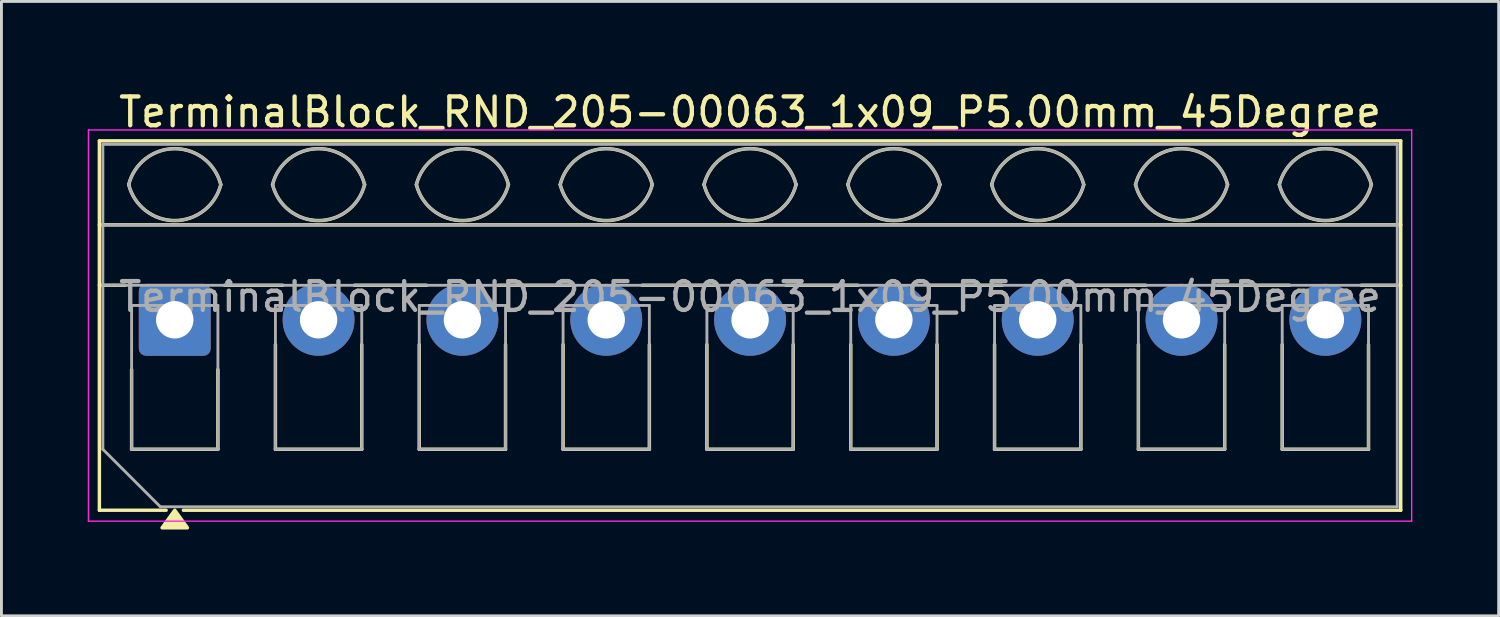
<source format=kicad_pcb>
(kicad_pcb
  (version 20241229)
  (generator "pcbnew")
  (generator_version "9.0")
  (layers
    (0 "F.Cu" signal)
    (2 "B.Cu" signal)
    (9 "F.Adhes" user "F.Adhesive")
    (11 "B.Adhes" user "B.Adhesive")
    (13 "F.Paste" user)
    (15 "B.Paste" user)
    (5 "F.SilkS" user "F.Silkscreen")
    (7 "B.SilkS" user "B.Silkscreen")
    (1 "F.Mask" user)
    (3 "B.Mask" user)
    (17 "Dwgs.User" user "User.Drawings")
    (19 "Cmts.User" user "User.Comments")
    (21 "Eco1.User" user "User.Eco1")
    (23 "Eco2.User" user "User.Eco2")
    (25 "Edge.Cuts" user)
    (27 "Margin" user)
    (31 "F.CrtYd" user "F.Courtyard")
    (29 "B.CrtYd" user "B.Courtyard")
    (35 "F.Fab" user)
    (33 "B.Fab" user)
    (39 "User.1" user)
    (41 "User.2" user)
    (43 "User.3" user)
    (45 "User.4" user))
  (footprint "TerminalBlock_RND_205-00063_1x09_P5.00mm_45Degree"
    (layer "F.Cu")
    (at 3.025 8.068)
    (property "Reference" "TerminalBlock_RND_205-00063_1x09_P5.00mm_45Degree" (at 20 -7.22 0) (layer "F.SilkS") (effects (font (size 1 1) (thickness 0.15))))
    (attr through_hole)
    (fp_line (start -2.62 -6.22) (end -2.62 6.62) (stroke (width 0.12) (type solid)) (layer "F.SilkS"))
    (fp_line (start -2.62 -6.22) (end 42.62 -6.22) (stroke (width 0.12) (type solid)) (layer "F.SilkS"))
    (fp_line (start -2.62 -3.3) (end 42.62 -3.3) (stroke (width 0.12) (type solid)) (layer "F.SilkS"))
    (fp_line (start -2.62 -1.2) (end -1.73 -1.2) (stroke (width 0.12) (type solid)) (layer "F.SilkS"))
    (fp_line (start -2.62 6.62) (end -0.3 6.62) (stroke (width 0.12) (type solid)) (layer "F.SilkS"))
    (fp_line (start -1.5 1.73) (end -1.5 4.5) (stroke (width 0.12) (type solid)) (layer "F.SilkS"))
    (fp_line (start -1.5 4.5) (end 1.5 4.5) (stroke (width 0.12) (type solid)) (layer "F.SilkS"))
    (fp_line (start 0.3 6.62) (end 42.62 6.62) (stroke (width 0.12) (type solid)) (layer "F.SilkS"))
    (fp_line (start 1.5 1.73) (end 1.5 4.5) (stroke (width 0.12) (type solid)) (layer "F.SilkS"))
    (fp_line (start 1.73 -1.2) (end 3.754 -1.2) (stroke (width 0.12) (type solid)) (layer "F.SilkS"))
    (fp_line (start 3.5 0.862) (end 3.5 4.5) (stroke (width 0.12) (type solid)) (layer "F.SilkS"))
    (fp_line (start 3.5 4.5) (end 6.5 4.5) (stroke (width 0.12) (type solid)) (layer "F.SilkS"))
    (fp_line (start 6.246 -1.2) (end 8.754 -1.2) (stroke (width 0.12) (type solid)) (layer "F.SilkS"))
    (fp_line (start 6.5 0.862) (end 6.5 4.5) (stroke (width 0.12) (type solid)) (layer "F.SilkS"))
    (fp_line (start 8.5 0.862) (end 8.5 4.5) (stroke (width 0.12) (type solid)) (layer "F.SilkS"))
    (fp_line (start 8.5 4.5) (end 11.5 4.5) (stroke (width 0.12) (type solid)) (layer "F.SilkS"))
    (fp_line (start 11.246 -1.2) (end 13.754 -1.2) (stroke (width 0.12) (type solid)) (layer "F.SilkS"))
    (fp_line (start 11.5 0.862) (end 11.5 4.5) (stroke (width 0.12) (type solid)) (layer "F.SilkS"))
    (fp_line (start 13.5 0.862) (end 13.5 4.5) (stroke (width 0.12) (type solid)) (layer "F.SilkS"))
    (fp_line (start 13.5 4.5) (end 16.5 4.5) (stroke (width 0.12) (type solid)) (layer "F.SilkS"))
    (fp_line (start 16.246 -1.2) (end 18.754 -1.2) (stroke (width 0.12) (type solid)) (layer "F.SilkS"))
    (fp_line (start 16.5 0.862) (end 16.5 4.5) (stroke (width 0.12) (type solid)) (layer "F.SilkS"))
    (fp_line (start 18.5 0.862) (end 18.5 4.5) (stroke (width 0.12) (type solid)) (layer "F.SilkS"))
    (fp_line (start 18.5 4.5) (end 21.5 4.5) (stroke (width 0.12) (type solid)) (layer "F.SilkS"))
    (fp_line (start 21.246 -1.2) (end 23.754 -1.2) (stroke (width 0.12) (type solid)) (layer "F.SilkS"))
    (fp_line (start 21.5 0.862) (end 21.5 4.5) (stroke (width 0.12) (type solid)) (layer "F.SilkS"))
    (fp_line (start 23.5 0.862) (end 23.5 4.5) (stroke (width 0.12) (type solid)) (layer "F.SilkS"))
    (fp_line (start 23.5 4.5) (end 26.5 4.5) (stroke (width 0.12) (type solid)) (layer "F.SilkS"))
    (fp_line (start 26.246 -1.2) (end 28.754 -1.2) (stroke (width 0.12) (type solid)) (layer "F.SilkS"))
    (fp_line (start 26.5 0.862) (end 26.5 4.5) (stroke (width 0.12) (type solid)) (layer "F.SilkS"))
    (fp_line (start 28.5 0.862) (end 28.5 4.5) (stroke (width 0.12) (type solid)) (layer "F.SilkS"))
    (fp_line (start 28.5 4.5) (end 31.5 4.5) (stroke (width 0.12) (type solid)) (layer "F.SilkS"))
    (fp_line (start 31.246 -1.2) (end 33.754 -1.2) (stroke (width 0.12) (type solid)) (layer "F.SilkS"))
    (fp_line (start 31.5 0.862) (end 31.5 4.5) (stroke (width 0.12) (type solid)) (layer "F.SilkS"))
    (fp_line (start 33.5 0.862) (end 33.5 4.5) (stroke (width 0.12) (type solid)) (layer "F.SilkS"))
    (fp_line (start 33.5 4.5) (end 36.5 4.5) (stroke (width 0.12) (type solid)) (layer "F.SilkS"))
    (fp_line (start 36.246 -1.2) (end 38.754 -1.2) (stroke (width 0.12) (type solid)) (layer "F.SilkS"))
    (fp_line (start 36.5 0.862) (end 36.5 4.5) (stroke (width 0.12) (type solid)) (layer "F.SilkS"))
    (fp_line (start 38.5 0.862) (end 38.5 4.5) (stroke (width 0.12) (type solid)) (layer "F.SilkS"))
    (fp_line (start 38.5 4.5) (end 41.5 4.5) (stroke (width 0.12) (type solid)) (layer "F.SilkS"))
    (fp_line (start 41.246 -1.2) (end 42.62 -1.2) (stroke (width 0.12) (type solid)) (layer "F.SilkS"))
    (fp_line (start 41.5 0.862) (end 41.5 4.5) (stroke (width 0.12) (type solid)) (layer "F.SilkS"))
    (fp_line (start 42.62 -6.22) (end 42.62 6.62) (stroke (width 0.12) (type solid)) (layer "F.SilkS"))
    (fp_arc (start -1.6 -4.7) (mid 0 -5.95) (end 1.6 -4.7) (stroke (width 0.12) (type solid)) (layer "F.SilkS"))
    (fp_arc (start 1.6 -4.7) (mid 0 -3.45) (end -1.6 -4.7) (stroke (width 0.12) (type solid)) (layer "F.SilkS"))
    (fp_arc (start 3.4 -4.7) (mid 5 -5.95) (end 6.6 -4.7) (stroke (width 0.12) (type solid)) (layer "F.SilkS"))
    (fp_arc (start 6.6 -4.7) (mid 5 -3.45) (end 3.4 -4.7) (stroke (width 0.12) (type solid)) (layer "F.SilkS"))
    (fp_arc (start 8.4 -4.7) (mid 10 -5.95) (end 11.6 -4.7) (stroke (width 0.12) (type solid)) (layer "F.SilkS"))
    (fp_arc (start 11.6 -4.7) (mid 10 -3.45) (end 8.4 -4.7) (stroke (width 0.12) (type solid)) (layer "F.SilkS"))
    (fp_arc (start 13.4 -4.7) (mid 15 -5.95) (end 16.6 -4.7) (stroke (width 0.12) (type solid)) (layer "F.SilkS"))
    (fp_arc (start 16.6 -4.7) (mid 15 -3.45) (end 13.4 -4.7) (stroke (width 0.12) (type solid)) (layer "F.SilkS"))
    (fp_arc (start 18.4 -4.7) (mid 20 -5.95) (end 21.6 -4.7) (stroke (width 0.12) (type solid)) (layer "F.SilkS"))
    (fp_arc (start 21.6 -4.7) (mid 20 -3.45) (end 18.4 -4.7) (stroke (width 0.12) (type solid)) (layer "F.SilkS"))
    (fp_arc (start 23.4 -4.7) (mid 25 -5.95) (end 26.6 -4.7) (stroke (width 0.12) (type solid)) (layer "F.SilkS"))
    (fp_arc (start 26.6 -4.7) (mid 25 -3.45) (end 23.4 -4.7) (stroke (width 0.12) (type solid)) (layer "F.SilkS"))
    (fp_arc (start 28.4 -4.7) (mid 30 -5.95) (end 31.6 -4.7) (stroke (width 0.12) (type solid)) (layer "F.SilkS"))
    (fp_arc (start 31.6 -4.7) (mid 30 -3.45) (end 28.4 -4.7) (stroke (width 0.12) (type solid)) (layer "F.SilkS"))
    (fp_arc (start 33.4 -4.7) (mid 35 -5.95) (end 36.6 -4.7) (stroke (width 0.12) (type solid)) (layer "F.SilkS"))
    (fp_arc (start 36.6 -4.7) (mid 35 -3.45) (end 33.4 -4.7) (stroke (width 0.12) (type solid)) (layer "F.SilkS"))
    (fp_arc (start 38.4 -4.7) (mid 40 -5.95) (end 41.6 -4.7) (stroke (width 0.12) (type solid)) (layer "F.SilkS"))
    (fp_arc (start 41.6 -4.7) (mid 40 -3.45) (end 38.4 -4.7) (stroke (width 0.12) (type solid)) (layer "F.SilkS"))
    (fp_poly (pts (xy 0 6.62) (xy 0.44 7.23) (xy -0.44 7.23)) (stroke (width 0.12) (type solid)) (fill yes) (layer "F.SilkS"))
    (fp_line (start -3 -6.6) (end -3 7) (stroke (width 0.05) (type solid)) (layer "F.CrtYd"))
    (fp_line (start -3 7) (end 43 7) (stroke (width 0.05) (type solid)) (layer "F.CrtYd"))
    (fp_line (start 43 -6.6) (end -3 -6.6) (stroke (width 0.05) (type solid)) (layer "F.CrtYd"))
    (fp_line (start 43 7) (end 43 -6.6) (stroke (width 0.05) (type solid)) (layer "F.CrtYd"))
    (fp_line (start -2.5 -6.1) (end 42.5 -6.1) (stroke (width 0.1) (type solid)) (layer "F.Fab"))
    (fp_line (start -2.5 -3.3) (end 42.5 -3.3) (stroke (width 0.1) (type solid)) (layer "F.Fab"))
    (fp_line (start -2.5 -1.2) (end 42.5 -1.2) (stroke (width 0.1) (type solid)) (layer "F.Fab"))
    (fp_line (start -2.5 4.5) (end -2.5 -6.1) (stroke (width 0.1) (type solid)) (layer "F.Fab"))
    (fp_line (start -1.5 -0.5) (end -1.5 4.5) (stroke (width 0.1) (type solid)) (layer "F.Fab"))
    (fp_line (start -1.5 4.5) (end 1.5 4.5) (stroke (width 0.1) (type solid)) (layer "F.Fab"))
    (fp_line (start -0.5 6.5) (end -2.5 4.5) (stroke (width 0.1) (type solid)) (layer "F.Fab"))
    (fp_line (start 1.5 -0.5) (end -1.5 -0.5) (stroke (width 0.1) (type solid)) (layer "F.Fab"))
    (fp_line (start 1.5 4.5) (end 1.5 -0.5) (stroke (width 0.1) (type solid)) (layer "F.Fab"))
    (fp_line (start 3.5 -0.5) (end 3.5 4.5) (stroke (width 0.1) (type solid)) (layer "F.Fab"))
    (fp_line (start 3.5 4.5) (end 6.5 4.5) (stroke (width 0.1) (type solid)) (layer "F.Fab"))
    (fp_line (start 6.5 -0.5) (end 3.5 -0.5) (stroke (width 0.1) (type solid)) (layer "F.Fab"))
    (fp_line (start 6.5 4.5) (end 6.5 -0.5) (stroke (width 0.1) (type solid)) (layer "F.Fab"))
    (fp_line (start 8.5 -0.5) (end 8.5 4.5) (stroke (width 0.1) (type solid)) (layer "F.Fab"))
    (fp_line (start 8.5 4.5) (end 11.5 4.5) (stroke (width 0.1) (type solid)) (layer "F.Fab"))
    (fp_line (start 11.5 -0.5) (end 8.5 -0.5) (stroke (width 0.1) (type solid)) (layer "F.Fab"))
    (fp_line (start 11.5 4.5) (end 11.5 -0.5) (stroke (width 0.1) (type solid)) (layer "F.Fab"))
    (fp_line (start 13.5 -0.5) (end 13.5 4.5) (stroke (width 0.1) (type solid)) (layer "F.Fab"))
    (fp_line (start 13.5 4.5) (end 16.5 4.5) (stroke (width 0.1) (type solid)) (layer "F.Fab"))
    (fp_line (start 16.5 -0.5) (end 13.5 -0.5) (stroke (width 0.1) (type solid)) (layer "F.Fab"))
    (fp_line (start 16.5 4.5) (end 16.5 -0.5) (stroke (width 0.1) (type solid)) (layer "F.Fab"))
    (fp_line (start 18.5 -0.5) (end 18.5 4.5) (stroke (width 0.1) (type solid)) (layer "F.Fab"))
    (fp_line (start 18.5 4.5) (end 21.5 4.5) (stroke (width 0.1) (type solid)) (layer "F.Fab"))
    (fp_line (start 21.5 -0.5) (end 18.5 -0.5) (stroke (width 0.1) (type solid)) (layer "F.Fab"))
    (fp_line (start 21.5 4.5) (end 21.5 -0.5) (stroke (width 0.1) (type solid)) (layer "F.Fab"))
    (fp_line (start 23.5 -0.5) (end 23.5 4.5) (stroke (width 0.1) (type solid)) (layer "F.Fab"))
    (fp_line (start 23.5 4.5) (end 26.5 4.5) (stroke (width 0.1) (type solid)) (layer "F.Fab"))
    (fp_line (start 26.5 -0.5) (end 23.5 -0.5) (stroke (width 0.1) (type solid)) (layer "F.Fab"))
    (fp_line (start 26.5 4.5) (end 26.5 -0.5) (stroke (width 0.1) (type solid)) (layer "F.Fab"))
    (fp_line (start 28.5 -0.5) (end 28.5 4.5) (stroke (width 0.1) (type solid)) (layer "F.Fab"))
    (fp_line (start 28.5 4.5) (end 31.5 4.5) (stroke (width 0.1) (type solid)) (layer "F.Fab"))
    (fp_line (start 31.5 -0.5) (end 28.5 -0.5) (stroke (width 0.1) (type solid)) (layer "F.Fab"))
    (fp_line (start 31.5 4.5) (end 31.5 -0.5) (stroke (width 0.1) (type solid)) (layer "F.Fab"))
    (fp_line (start 33.5 -0.5) (end 33.5 4.5) (stroke (width 0.1) (type solid)) (layer "F.Fab"))
    (fp_line (start 33.5 4.5) (end 36.5 4.5) (stroke (width 0.1) (type solid)) (layer "F.Fab"))
    (fp_line (start 36.5 -0.5) (end 33.5 -0.5) (stroke (width 0.1) (type solid)) (layer "F.Fab"))
    (fp_line (start 36.5 4.5) (end 36.5 -0.5) (stroke (width 0.1) (type solid)) (layer "F.Fab"))
    (fp_line (start 38.5 -0.5) (end 38.5 4.5) (stroke (width 0.1) (type solid)) (layer "F.Fab"))
    (fp_line (start 38.5 4.5) (end 41.5 4.5) (stroke (width 0.1) (type solid)) (layer "F.Fab"))
    (fp_line (start 41.5 -0.5) (end 38.5 -0.5) (stroke (width 0.1) (type solid)) (layer "F.Fab"))
    (fp_line (start 41.5 4.5) (end 41.5 -0.5) (stroke (width 0.1) (type solid)) (layer "F.Fab"))
    (fp_line (start 42.5 -6.1) (end 42.5 6.5) (stroke (width 0.1) (type solid)) (layer "F.Fab"))
    (fp_line (start 42.5 6.5) (end -0.5 6.5) (stroke (width 0.1) (type solid)) (layer "F.Fab"))
    (fp_arc (start -1.6 -4.7) (mid 0 -5.95) (end 1.6 -4.7) (stroke (width 0.1) (type solid)) (layer "F.Fab"))
    (fp_arc (start 1.6 -4.7) (mid 0 -3.45) (end -1.6 -4.7) (stroke (width 0.1) (type solid)) (layer "F.Fab"))
    (fp_arc (start 3.4 -4.7) (mid 5 -5.95) (end 6.6 -4.7) (stroke (width 0.1) (type solid)) (layer "F.Fab"))
    (fp_arc (start 6.6 -4.7) (mid 5 -3.45) (end 3.4 -4.7) (stroke (width 0.1) (type solid)) (layer "F.Fab"))
    (fp_arc (start 8.4 -4.7) (mid 10 -5.95) (end 11.6 -4.7) (stroke (width 0.1) (type solid)) (layer "F.Fab"))
    (fp_arc (start 11.6 -4.7) (mid 10 -3.45) (end 8.4 -4.7) (stroke (width 0.1) (type solid)) (layer "F.Fab"))
    (fp_arc (start 13.4 -4.7) (mid 15 -5.95) (end 16.6 -4.7) (stroke (width 0.1) (type solid)) (layer "F.Fab"))
    (fp_arc (start 16.6 -4.7) (mid 15 -3.45) (end 13.4 -4.7) (stroke (width 0.1) (type solid)) (layer "F.Fab"))
    (fp_arc (start 18.4 -4.7) (mid 20 -5.95) (end 21.6 -4.7) (stroke (width 0.1) (type solid)) (layer "F.Fab"))
    (fp_arc (start 21.6 -4.7) (mid 20 -3.45) (end 18.4 -4.7) (stroke (width 0.1) (type solid)) (layer "F.Fab"))
    (fp_arc (start 23.4 -4.7) (mid 25 -5.95) (end 26.6 -4.7) (stroke (width 0.1) (type solid)) (layer "F.Fab"))
    (fp_arc (start 26.6 -4.7) (mid 25 -3.45) (end 23.4 -4.7) (stroke (width 0.1) (type solid)) (layer "F.Fab"))
    (fp_arc (start 28.4 -4.7) (mid 30 -5.95) (end 31.6 -4.7) (stroke (width 0.1) (type solid)) (layer "F.Fab"))
    (fp_arc (start 31.6 -4.7) (mid 30 -3.45) (end 28.4 -4.7) (stroke (width 0.1) (type solid)) (layer "F.Fab"))
    (fp_arc (start 33.4 -4.7) (mid 35 -5.95) (end 36.6 -4.7) (stroke (width 0.1) (type solid)) (layer "F.Fab"))
    (fp_arc (start 36.6 -4.7) (mid 35 -3.45) (end 33.4 -4.7) (stroke (width 0.1) (type solid)) (layer "F.Fab"))
    (fp_arc (start 38.4 -4.7) (mid 40 -5.95) (end 41.6 -4.7) (stroke (width 0.1) (type solid)) (layer "F.Fab"))
    (fp_arc (start 41.6 -4.7) (mid 40 -3.45) (end 38.4 -4.7) (stroke (width 0.1) (type solid)) (layer "F.Fab"))
    (fp_text user "${REFERENCE}" (at 20 -0.8 0) (layer "F.Fab") (effects (font (size 1 1) (thickness 0.15))))
    (pad "1" thru_hole roundrect (at 0 0) (size 2.5 2.5) (drill 1.3) (layers "*.Cu" "*.Mask") (roundrect_rratio 0.1))
    (pad "2" thru_hole circle (at 5 0) (size 2.5 2.5) (drill 1.3) (layers "*.Cu" "*.Mask"))
    (pad "3" thru_hole circle (at 10 0) (size 2.5 2.5) (drill 1.3) (layers "*.Cu" "*.Mask"))
    (pad "4" thru_hole circle (at 15 0) (size 2.5 2.5) (drill 1.3) (layers "*.Cu" "*.Mask"))
    (pad "5" thru_hole circle (at 20 0) (size 2.5 2.5) (drill 1.3) (layers "*.Cu" "*.Mask"))
    (pad "6" thru_hole circle (at 25 0) (size 2.5 2.5) (drill 1.3) (layers "*.Cu" "*.Mask"))
    (pad "7" thru_hole circle (at 30 0) (size 2.5 2.5) (drill 1.3) (layers "*.Cu" "*.Mask"))
    (pad "8" thru_hole circle (at 35 0) (size 2.5 2.5) (drill 1.3) (layers "*.Cu" "*.Mask"))
    (pad "9" thru_hole circle (at 40 0) (size 2.5 2.5) (drill 1.3) (layers "*.Cu" "*.Mask")))
  (gr_rect
    (start -3 -3)
    (end 49.05 18.358)
    (stroke (width 0.1) (type default))
    (fill no)
    (layer "Edge.Cuts")))
</source>
